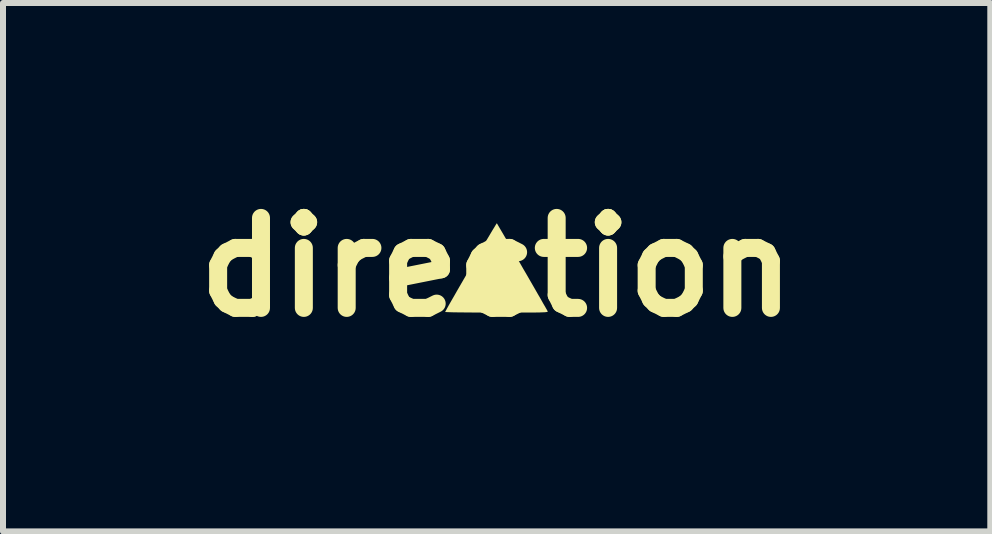
<source format=kicad_pcb>
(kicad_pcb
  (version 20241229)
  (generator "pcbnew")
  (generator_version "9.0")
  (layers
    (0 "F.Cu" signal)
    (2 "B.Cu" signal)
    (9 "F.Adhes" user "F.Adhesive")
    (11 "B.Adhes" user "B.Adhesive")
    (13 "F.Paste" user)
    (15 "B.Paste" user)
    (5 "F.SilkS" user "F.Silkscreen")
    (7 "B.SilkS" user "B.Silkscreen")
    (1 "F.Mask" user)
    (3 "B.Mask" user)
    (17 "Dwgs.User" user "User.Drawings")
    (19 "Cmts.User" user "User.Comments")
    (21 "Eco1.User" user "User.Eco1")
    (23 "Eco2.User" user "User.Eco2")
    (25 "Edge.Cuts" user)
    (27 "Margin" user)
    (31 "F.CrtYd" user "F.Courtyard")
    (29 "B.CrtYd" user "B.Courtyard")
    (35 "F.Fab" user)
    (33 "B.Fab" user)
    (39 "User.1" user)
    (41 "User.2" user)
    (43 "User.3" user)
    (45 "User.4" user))
  (footprint "direction"
    (layer "F.Cu")
    (at 5.229 1.404)
    (property "Reference" "direction" (at 0 0 0) (layer "F.SilkS") (effects (font (size 1.5 1.5) (thickness 0.3))))
    (attr board_only exclude_from_pos_files exclude_from_bom)
    (fp_poly (pts (xy 0.01 -0.721) (xy 0.029 -0.688) (xy 0.058 -0.638) (xy 0.097 -0.572) (xy 0.143 -0.493) (xy 0.195 -0.402) (xy 0.253 -0.303) (xy 0.314 -0.197) (xy 0.378 -0.087) (xy 0.442 0.025) (xy 0.507 0.136) (xy 0.569 0.244) (xy 0.629 0.348) (xy 0.684 0.444) (xy 0.734 0.53) (xy 0.776 0.605) (xy 0.811 0.665) (xy 0.836 0.709) (xy 0.849 0.733) (xy 0.85 0.734) (xy 0.851 0.738) (xy 0.849 0.742) (xy 0.841 0.746) (xy 0.826 0.748) (xy 0.801 0.751) (xy 0.766 0.752) (xy 0.718 0.754) (xy 0.655 0.755) (xy 0.576 0.756) (xy 0.479 0.756) (xy 0.361 0.756) (xy 0.222 0.757) (xy 0.059 0.757) (xy -0.001 0.757) (xy -0.148 0.756) (xy -0.287 0.756) (xy -0.416 0.755) (xy -0.533 0.754) (xy -0.635 0.753) (xy -0.721 0.752) (xy -0.787 0.75) (xy -0.833 0.748) (xy -0.857 0.747) (xy -0.859 0.746) (xy -0.849 0.727) (xy -0.828 0.688) (xy -0.797 0.632) (xy -0.757 0.562) (xy -0.709 0.479) (xy -0.656 0.386) (xy -0.597 0.284) (xy -0.535 0.177) (xy -0.471 0.067) (xy -0.406 -0.045) (xy -0.341 -0.156) (xy -0.279 -0.263) (xy -0.219 -0.365) (xy -0.164 -0.458) (xy -0.114 -0.542) (xy -0.072 -0.613) (xy -0.037 -0.67) (xy -0.013 -0.71) (xy 0.000334 -0.73) (xy 0.002 -0.733)) (stroke (width 0) (type solid)) (fill yes) (layer "F.SilkS")))
  (gr_rect
    (start -3 -3)
    (end 13.457 5.808)
    (stroke (width 0.1) (type default))
    (fill no)
    (layer "Edge.Cuts")))
</source>
